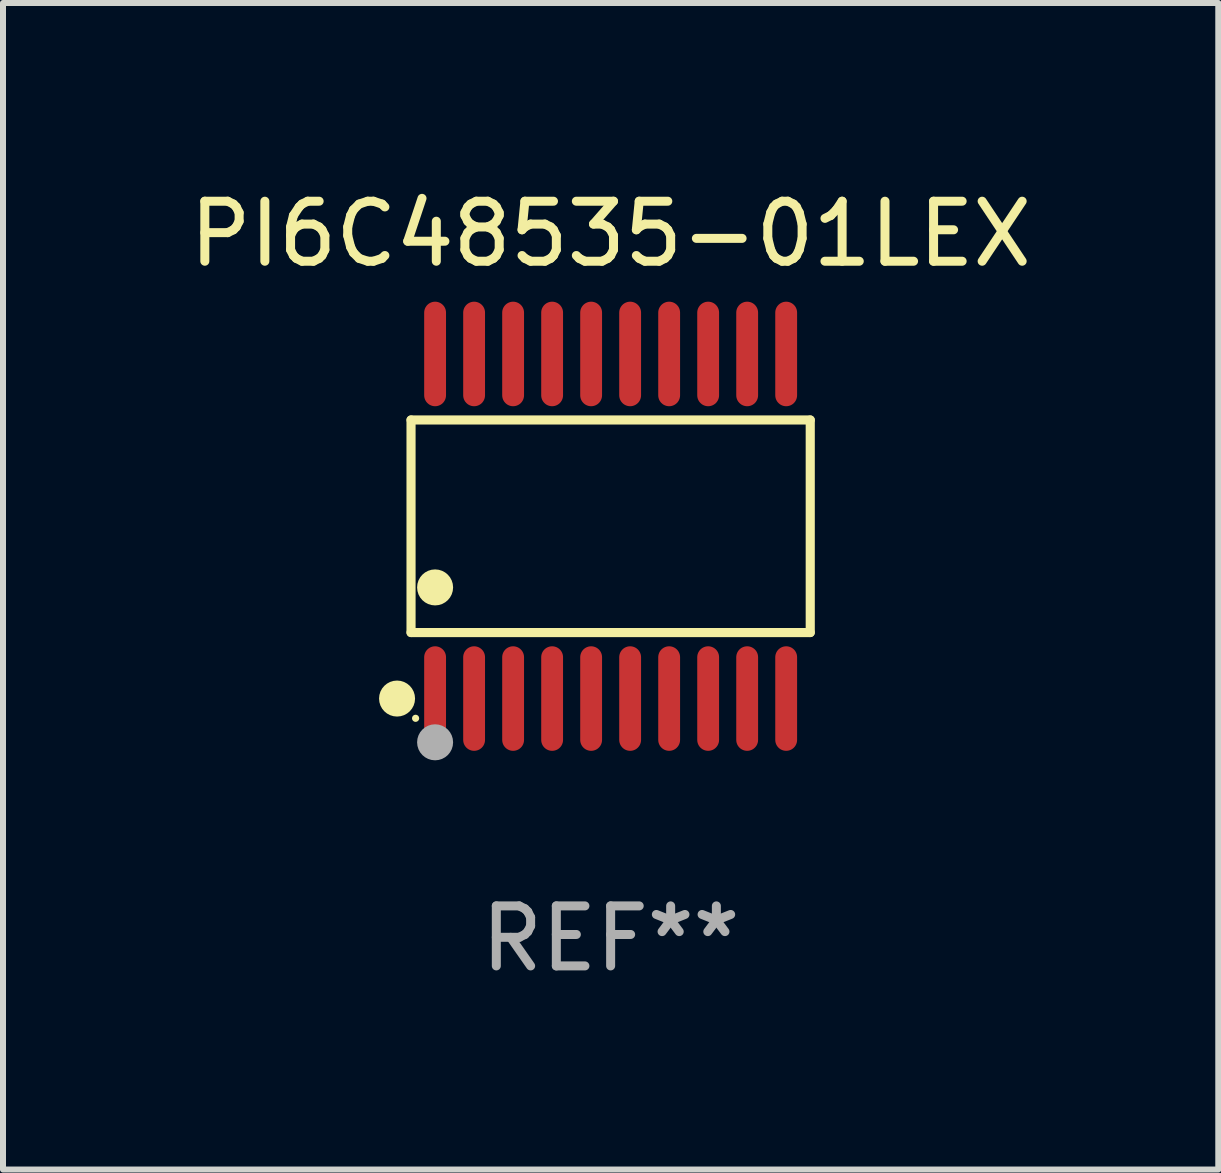
<source format=kicad_pcb>
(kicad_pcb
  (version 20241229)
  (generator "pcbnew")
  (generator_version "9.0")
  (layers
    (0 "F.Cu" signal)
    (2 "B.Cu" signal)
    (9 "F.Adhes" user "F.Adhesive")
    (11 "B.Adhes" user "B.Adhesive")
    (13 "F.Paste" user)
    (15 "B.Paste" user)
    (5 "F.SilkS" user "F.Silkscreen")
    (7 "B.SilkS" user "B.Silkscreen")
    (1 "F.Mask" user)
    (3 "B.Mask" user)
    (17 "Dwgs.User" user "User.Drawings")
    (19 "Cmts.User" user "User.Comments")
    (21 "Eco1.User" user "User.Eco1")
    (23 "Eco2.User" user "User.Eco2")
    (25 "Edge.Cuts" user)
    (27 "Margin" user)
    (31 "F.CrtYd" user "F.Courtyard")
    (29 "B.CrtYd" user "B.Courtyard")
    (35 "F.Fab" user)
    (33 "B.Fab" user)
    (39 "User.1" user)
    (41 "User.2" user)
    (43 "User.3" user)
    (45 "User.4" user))
  (footprint "PI6C48535-01LEX"
    (layer "F.Cu")
    (at 7.125 5.719)
    (property "Reference" "PI6C48535-01LEX" (at 0 -4.871 0) (layer "F.SilkS") (effects (font (size 1 1) (thickness 0.15))))
    (attr through_hole)
    (fp_line (start -3.326 -1.771) (end 3.326 -1.771) (stroke (width 0.152) (type solid)) (layer "F.SilkS"))
    (fp_line (start -3.326 1.771) (end -3.326 -1.771) (stroke (width 0.152) (type solid)) (layer "F.SilkS"))
    (fp_line (start 3.326 -1.771) (end 3.326 1.771) (stroke (width 0.152) (type solid)) (layer "F.SilkS"))
    (fp_line (start 3.326 1.771) (end -3.326 1.771) (stroke (width 0.152) (type solid)) (layer "F.SilkS"))
    (fp_circle (center -3.559 2.871) (end -3.409 2.871) (stroke (width 0.3) (type solid)) (fill no) (layer "F.SilkS"))
    (fp_circle (center -3.25 3.2) (end -3.22 3.2) (stroke (width 0.06) (type solid)) (fill no) (layer "F.SilkS"))
    (fp_circle (center -2.925 1.019) (end -2.775 1.019) (stroke (width 0.3) (type solid)) (fill no) (layer "F.SilkS"))
    (fp_circle (center -2.925 3.6) (end -2.775 3.6) (stroke (width 0.3) (type solid)) (fill no) (layer "F.Fab"))
    (fp_text user "REF**" (at 0 6.871 0) (layer "F.Fab") (effects (font (size 1 1) (thickness 0.15))))
    (pad "1" smd oval (at -2.925 2.871) (size 0.364 1.742) (layers "F.Cu" "F.Mask" "F.Paste"))
    (pad "2" smd oval (at -2.275 2.871) (size 0.364 1.742) (layers "F.Cu" "F.Mask" "F.Paste"))
    (pad "3" smd oval (at -1.625 2.871) (size 0.364 1.742) (layers "F.Cu" "F.Mask" "F.Paste"))
    (pad "4" smd oval (at -0.975 2.871) (size 0.364 1.742) (layers "F.Cu" "F.Mask" "F.Paste"))
    (pad "5" smd oval (at -0.325 2.871) (size 0.364 1.742) (layers "F.Cu" "F.Mask" "F.Paste"))
    (pad "6" smd oval (at 0.325 2.871) (size 0.364 1.742) (layers "F.Cu" "F.Mask" "F.Paste"))
    (pad "7" smd oval (at 0.975 2.871) (size 0.364 1.742) (layers "F.Cu" "F.Mask" "F.Paste"))
    (pad "8" smd oval (at 1.625 2.871) (size 0.364 1.742) (layers "F.Cu" "F.Mask" "F.Paste"))
    (pad "9" smd oval (at 2.275 2.871) (size 0.364 1.742) (layers "F.Cu" "F.Mask" "F.Paste"))
    (pad "10" smd oval (at 2.925 2.871) (size 0.364 1.742) (layers "F.Cu" "F.Mask" "F.Paste"))
    (pad "11" smd oval (at 2.925 -2.871) (size 0.364 1.742) (layers "F.Cu" "F.Mask" "F.Paste"))
    (pad "12" smd oval (at 2.275 -2.871) (size 0.364 1.742) (layers "F.Cu" "F.Mask" "F.Paste"))
    (pad "13" smd oval (at 1.625 -2.871) (size 0.364 1.742) (layers "F.Cu" "F.Mask" "F.Paste"))
    (pad "14" smd oval (at 0.975 -2.871) (size 0.364 1.742) (layers "F.Cu" "F.Mask" "F.Paste"))
    (pad "15" smd oval (at 0.325 -2.871) (size 0.364 1.742) (layers "F.Cu" "F.Mask" "F.Paste"))
    (pad "16" smd oval (at -0.325 -2.871) (size 0.364 1.742) (layers "F.Cu" "F.Mask" "F.Paste"))
    (pad "17" smd oval (at -0.975 -2.871) (size 0.364 1.742) (layers "F.Cu" "F.Mask" "F.Paste"))
    (pad "18" smd oval (at -1.625 -2.871) (size 0.364 1.742) (layers "F.Cu" "F.Mask" "F.Paste"))
    (pad "19" smd oval (at -2.275 -2.871) (size 0.364 1.742) (layers "F.Cu" "F.Mask" "F.Paste"))
    (pad "20" smd oval (at -2.925 -2.871) (size 0.364 1.742) (layers "F.Cu" "F.Mask" "F.Paste")))
  (gr_rect
    (start -3 -3)
    (end 17.25 16.438)
    (stroke (width 0.1) (type default))
    (fill no)
    (layer "Edge.Cuts")))
</source>
